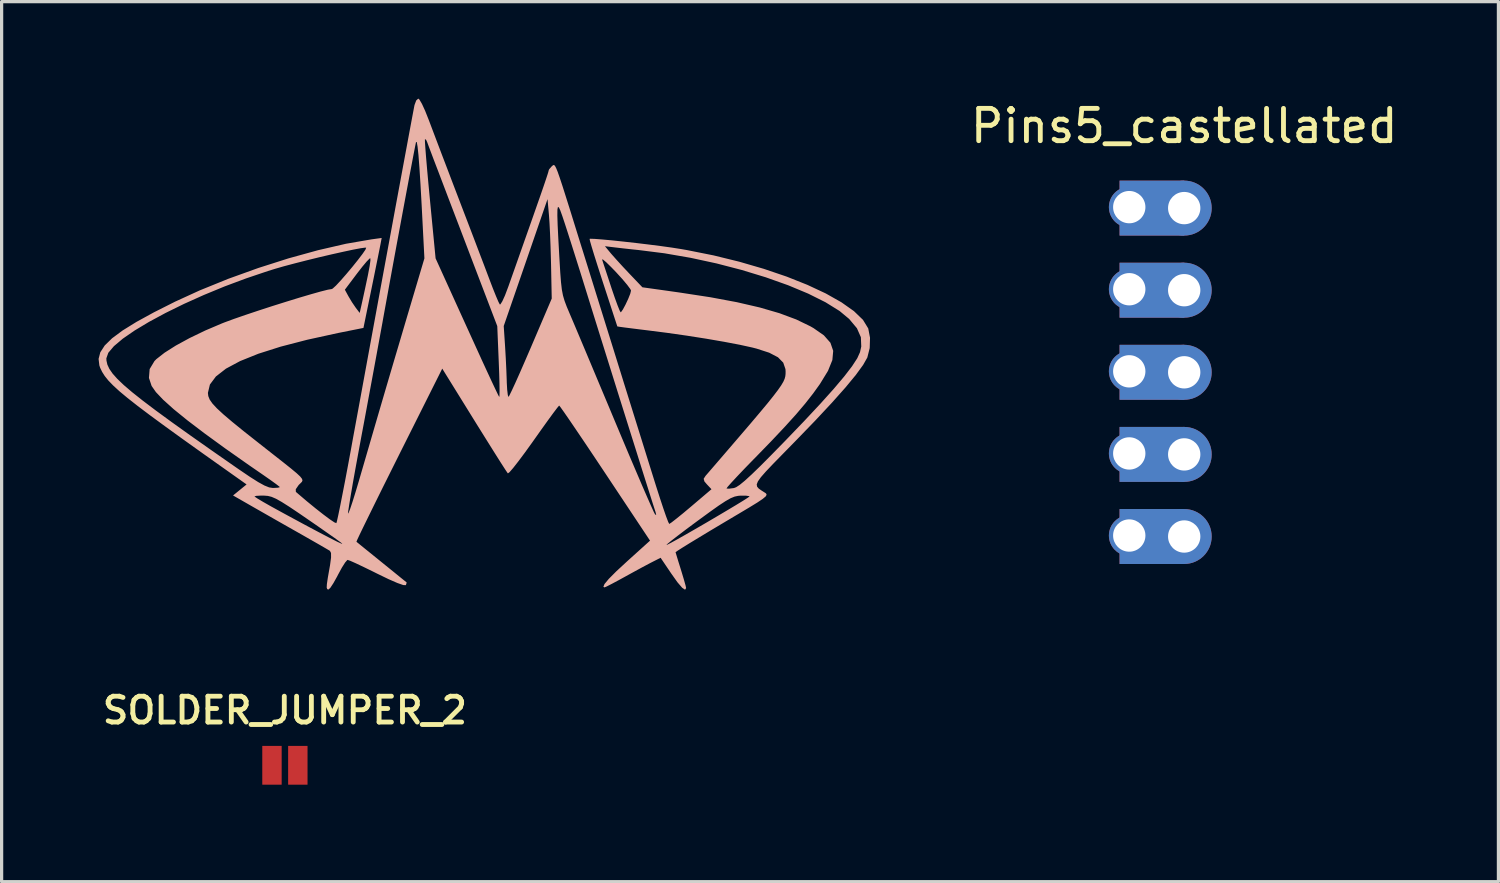
<source format=kicad_pcb>
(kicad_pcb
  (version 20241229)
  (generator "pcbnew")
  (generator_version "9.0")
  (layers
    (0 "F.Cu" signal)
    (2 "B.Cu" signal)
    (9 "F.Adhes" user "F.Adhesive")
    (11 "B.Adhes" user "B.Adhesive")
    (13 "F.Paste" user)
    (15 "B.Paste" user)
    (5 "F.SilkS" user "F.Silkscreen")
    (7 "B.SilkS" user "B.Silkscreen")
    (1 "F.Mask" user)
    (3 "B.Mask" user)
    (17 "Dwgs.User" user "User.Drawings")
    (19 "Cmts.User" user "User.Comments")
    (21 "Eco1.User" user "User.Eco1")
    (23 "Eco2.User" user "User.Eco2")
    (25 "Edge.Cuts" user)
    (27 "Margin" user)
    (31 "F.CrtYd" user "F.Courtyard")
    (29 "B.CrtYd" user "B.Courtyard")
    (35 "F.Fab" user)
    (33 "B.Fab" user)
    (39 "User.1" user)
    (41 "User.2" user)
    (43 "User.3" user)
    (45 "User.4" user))
  (footprint "megamind_logo"
    (layer "F.Cu")
    (at 11.998 0.501)
    (property "Reference" "megamind_logo" (at -5.08 2.54 0) (layer "User.9") (effects (font (size 1.524 1.524) (thickness 0.3))))
    (attr board_only exclude_from_pos_files exclude_from_bom)
    (fp_poly (pts (xy -2.171 -0.444) (xy -2.223 -0.305) (xy -2.227 -0.288) (xy -2.254 -0.147) (xy -2.303 0.112) (xy -2.372 0.482) (xy -2.459 0.952) (xy -2.563 1.512) (xy -2.682 2.154) (xy -2.814 2.867) (xy -2.957 3.643) (xy -3.11 4.471) (xy -3.271 5.342) (xy -3.437 6.247) (xy -3.608 7.176) (xy -3.781 8.12) (xy -3.955 9.069) (xy -4.129 10.013) (xy -4.184 10.318) (xy -4.282 10.847) (xy -4.374 11.335) (xy -4.458 11.766) (xy -4.529 12.127) (xy -4.586 12.402) (xy -4.625 12.576) (xy -4.642 12.634) (xy -4.704 12.609) (xy -4.846 12.514) (xy -5.048 12.363) (xy -5.291 12.172) (xy -5.555 11.956) (xy -5.822 11.729) (xy -5.895 11.666) (xy -5.898 11.585) (xy -5.81 11.457) (xy -5.8 11.446) (xy -5.747 11.395) (xy -5.707 11.354) (xy -5.69 11.313) (xy -5.705 11.262) (xy -5.762 11.19) (xy -5.871 11.088) (xy -6.043 10.945) (xy -6.286 10.751) (xy -6.611 10.496) (xy -7.027 10.169) (xy -7.056 10.146) (xy -7.508 9.789) (xy -7.865 9.499) (xy -8.138 9.267) (xy -8.338 9.082) (xy -8.476 8.933) (xy -8.561 8.811) (xy -8.604 8.704) (xy -8.616 8.604) (xy -8.554 8.345) (xy -8.368 8.096) (xy -8.057 7.854) (xy -7.62 7.62) (xy -7.056 7.393) (xy -6.364 7.173) (xy -5.543 6.96) (xy -4.593 6.752) (xy -4.548 6.743) (xy -3.804 6.594) (xy -3.563 5.42) (xy -3.483 5.029) (xy -3.41 4.668) (xy -3.377 4.505) (xy -3.588 4.505) (xy -3.612 4.679) (xy -3.666 4.964) (xy -3.751 5.365) (xy -3.848 5.81) (xy -3.92 6.13) (xy -4.039 5.974) (xy -4.158 5.8) (xy -4.269 5.614) (xy -4.379 5.412) (xy -4.001 4.909) (xy -3.836 4.697) (xy -3.701 4.536) (xy -3.613 4.447) (xy -3.591 4.437) (xy -3.588 4.505) (xy -3.377 4.505) (xy -3.348 4.362) (xy -3.303 4.138) (xy -3.298 4.112) (xy -3.719 4.112) (xy -3.743 4.174) (xy -3.836 4.309) (xy -3.978 4.495) (xy -4.15 4.709) (xy -4.333 4.927) (xy -4.507 5.126) (xy -4.654 5.284) (xy -4.755 5.376) (xy -4.783 5.391) (xy -4.903 5.411) (xy -5.126 5.467) (xy -5.431 5.553) (xy -5.797 5.661) (xy -6.203 5.786) (xy -6.629 5.92) (xy -7.053 6.058) (xy -7.454 6.192) (xy -7.812 6.316) (xy -8.105 6.424) (xy -8.186 6.456) (xy -8.7 6.675) (xy -9.181 6.907) (xy -9.607 7.139) (xy -9.957 7.361) (xy -10.21 7.559) (xy -10.269 7.619) (xy -10.418 7.867) (xy -10.44 8.141) (xy -10.357 8.39) (xy -10.225 8.579) (xy -9.999 8.817) (xy -9.674 9.109) (xy -9.248 9.455) (xy -8.718 9.858) (xy -8.082 10.321) (xy -7.337 10.845) (xy -6.897 11.148) (xy -6.678 11.301) (xy -6.506 11.425) (xy -6.406 11.503) (xy -6.39 11.52) (xy -6.447 11.537) (xy -6.588 11.545) (xy -6.61 11.545) (xy -6.721 11.528) (xy -6.866 11.47) (xy -7.061 11.363) (xy -7.323 11.197) (xy -7.669 10.962) (xy -7.74 10.913) (xy -8.508 10.378) (xy -9.174 9.909) (xy -9.745 9.501) (xy -10.228 9.148) (xy -10.63 8.844) (xy -10.958 8.584) (xy -11.218 8.362) (xy -11.418 8.171) (xy -11.565 8.006) (xy -11.665 7.861) (xy -11.726 7.73) (xy -11.754 7.607) (xy -11.758 7.535) (xy -11.697 7.363) (xy -11.523 7.158) (xy -11.248 6.926) (xy -10.881 6.673) (xy -10.436 6.406) (xy -9.924 6.13) (xy -9.356 5.851) (xy -8.744 5.576) (xy -8.099 5.31) (xy -7.432 5.061) (xy -6.756 4.833) (xy -6.537 4.765) (xy -6.259 4.685) (xy -5.924 4.596) (xy -5.551 4.501) (xy -5.164 4.406) (xy -4.783 4.317) (xy -4.43 4.238) (xy -4.126 4.173) (xy -3.892 4.129) (xy -3.751 4.11) (xy -3.719 4.112) (xy -3.298 4.112) (xy -3.281 4.028) (xy -3.24 3.811) (xy -3.555 3.854) (xy -4.343 3.99) (xy -5.21 4.19) (xy -6.126 4.443) (xy -7.06 4.741) (xy -7.984 5.074) (xy -8.867 5.432) (xy -9.63 5.781) (xy -10.287 6.112) (xy -10.827 6.408) (xy -11.255 6.673) (xy -11.58 6.914) (xy -11.808 7.137) (xy -11.945 7.348) (xy -11.998 7.552) (xy -11.974 7.756) (xy -11.948 7.831) (xy -11.888 7.955) (xy -11.807 8.083) (xy -11.696 8.221) (xy -11.547 8.375) (xy -11.352 8.554) (xy -11.102 8.762) (xy -10.789 9.008) (xy -10.406 9.297) (xy -9.944 9.636) (xy -9.396 10.032) (xy -8.752 10.492) (xy -8.329 10.792) (xy -7.42 11.436) (xy -7.629 11.607) (xy -7.838 11.777) (xy -7.196 12.145) (xy -6.882 12.324) (xy -6.502 12.541) (xy -6.104 12.767) (xy -5.735 12.976) (xy -5.735 12.976) (xy -5.437 13.146) (xy -5.176 13.295) (xy -4.976 13.411) (xy -4.859 13.48) (xy -4.842 13.491) (xy -4.807 13.556) (xy -4.806 13.698) (xy -4.838 13.937) (xy -4.855 14.032) (xy -4.907 14.328) (xy -4.935 14.519) (xy -4.941 14.627) (xy -4.925 14.675) (xy -4.89 14.687) (xy -4.885 14.687) (xy -4.827 14.633) (xy -4.732 14.488) (xy -4.617 14.282) (xy -4.59 14.229) (xy -4.473 14.013) (xy -4.371 13.852) (xy -4.303 13.774) (xy -4.293 13.771) (xy -4.214 13.798) (xy -4.041 13.875) (xy -3.796 13.991) (xy -3.503 14.134) (xy -3.381 14.195) (xy -3.028 14.366) (xy -2.755 14.485) (xy -2.573 14.549) (xy -2.493 14.552) (xy -2.491 14.551) (xy -2.467 14.475) (xy -2.472 14.464) (xy -2.528 14.419) (xy -2.668 14.306) (xy -2.872 14.14) (xy -3.123 13.937) (xy -3.248 13.836) (xy -3.513 13.621) (xy -3.741 13.437) (xy -3.911 13.299) (xy -3.949 13.268) (xy -4.459 13.268) (xy -4.482 13.269) (xy -4.616 13.208) (xy -4.858 13.085) (xy -5.206 12.903) (xy -5.655 12.664) (xy -6.202 12.368) (xy -6.373 12.275) (xy -6.662 12.116) (xy -6.905 11.978) (xy -7.081 11.873) (xy -7.169 11.814) (xy -7.175 11.807) (xy -7.117 11.789) (xy -6.969 11.781) (xy -6.878 11.782) (xy -6.762 11.791) (xy -6.646 11.82) (xy -6.509 11.879) (xy -6.333 11.978) (xy -6.099 12.126) (xy -5.789 12.334) (xy -5.552 12.497) (xy -5.227 12.721) (xy -4.937 12.924) (xy -4.7 13.09) (xy -4.535 13.209) (xy -4.459 13.267) (xy -4.459 13.268) (xy -3.949 13.268) (xy -4.007 13.221) (xy -4.021 13.21) (xy -3.997 13.15) (xy -3.92 12.985) (xy -3.795 12.727) (xy -3.628 12.386) (xy -3.426 11.975) (xy -3.194 11.506) (xy -2.936 10.989) (xy -2.704 10.524) (xy -1.366 7.853) (xy -1.125 8.242) (xy -0.68 8.96) (xy -0.302 9.57) (xy 0.012 10.073) (xy 0.262 10.472) (xy 0.451 10.771) (xy 0.58 10.971) (xy 0.651 11.077) (xy 0.665 11.094) (xy 0.715 11.057) (xy 0.828 10.927) (xy 0.99 10.72) (xy 1.191 10.451) (xy 1.418 10.136) (xy 1.466 10.068) (xy 1.697 9.742) (xy 1.902 9.456) (xy 2.07 9.226) (xy 2.19 9.068) (xy 2.248 8.998) (xy 2.251 8.996) (xy 2.294 9.049) (xy 2.4 9.198) (xy 2.563 9.434) (xy 2.773 9.743) (xy 3.024 10.114) (xy 3.307 10.536) (xy 3.613 10.995) (xy 3.673 11.085) (xy 5.062 13.175) (xy 4.361 13.808) (xy 4.022 14.121) (xy 3.787 14.357) (xy 3.653 14.518) (xy 3.619 14.604) (xy 3.654 14.622) (xy 3.723 14.592) (xy 3.881 14.511) (xy 4.1 14.394) (xy 4.264 14.304) (xy 4.546 14.149) (xy 4.818 14.001) (xy 5.038 13.884) (xy 5.113 13.845) (xy 5.389 13.705) (xy 5.721 14.196) (xy 5.913 14.466) (xy 6.057 14.633) (xy 6.146 14.694) (xy 6.178 14.644) (xy 6.178 14.638) (xy 6.16 14.557) (xy 6.111 14.383) (xy 6.041 14.15) (xy 6.015 14.065) (xy 5.94 13.825) (xy 5.884 13.641) (xy 5.854 13.541) (xy 5.852 13.532) (xy 5.906 13.493) (xy 6.057 13.396) (xy 6.291 13.251) (xy 6.593 13.068) (xy 6.947 12.854) (xy 7.338 12.621) (xy 7.752 12.375) (xy 7.778 12.36) (xy 8.13 12.15) (xy 8.383 11.995) (xy 8.548 11.884) (xy 8.639 11.808) (xy 8.64 11.807) (xy 8.14 11.807) (xy 8.086 11.848) (xy 7.937 11.943) (xy 7.714 12.079) (xy 7.435 12.246) (xy 7.121 12.432) (xy 6.791 12.626) (xy 6.465 12.815) (xy 6.162 12.989) (xy 5.902 13.136) (xy 5.704 13.245) (xy 5.589 13.304) (xy 5.569 13.311) (xy 5.602 13.275) (xy 5.726 13.173) (xy 5.926 13.018) (xy 6.187 12.82) (xy 6.494 12.592) (xy 6.547 12.553) (xy 6.911 12.287) (xy 7.188 12.09) (xy 7.397 11.953) (xy 7.555 11.863) (xy 7.68 11.812) (xy 7.789 11.789) (xy 7.862 11.783) (xy 8.032 11.784) (xy 8.13 11.798) (xy 8.14 11.807) (xy 8.64 11.807) (xy 8.669 11.756) (xy 8.652 11.717) (xy 8.629 11.699) (xy 8.514 11.626) (xy 8.427 11.566) (xy 8.375 11.506) (xy 8.363 11.435) (xy 8.4 11.341) (xy 8.492 11.212) (xy 8.646 11.036) (xy 8.869 10.801) (xy 9.168 10.495) (xy 9.55 10.105) (xy 9.558 10.097) (xy 10.174 9.46) (xy 10.691 8.906) (xy 11.11 8.435) (xy 11.431 8.046) (xy 11.655 7.738) (xy 11.784 7.511) (xy 11.786 7.504) (xy 11.858 7.218) (xy 11.86 7.169) (xy 11.597 7.169) (xy 11.558 7.345) (xy 11.474 7.531) (xy 11.312 7.78) (xy 11.07 8.095) (xy 10.744 8.481) (xy 10.33 8.942) (xy 9.825 9.482) (xy 9.228 10.103) (xy 8.809 10.531) (xy 8.47 10.872) (xy 8.201 11.132) (xy 7.993 11.322) (xy 7.838 11.449) (xy 7.726 11.522) (xy 7.657 11.548) (xy 7.508 11.567) (xy 7.428 11.563) (xy 7.427 11.563) (xy 7.462 11.512) (xy 7.576 11.383) (xy 7.755 11.19) (xy 7.987 10.946) (xy 8.258 10.667) (xy 8.314 10.611) (xy 8.814 10.096) (xy 9.23 9.655) (xy 9.576 9.273) (xy 9.864 8.933) (xy 10.108 8.622) (xy 10.322 8.324) (xy 10.324 8.32) (xy 10.568 7.922) (xy 10.703 7.588) (xy 10.729 7.303) (xy 10.643 7.053) (xy 10.441 6.824) (xy 10.122 6.601) (xy 10.021 6.543) (xy 9.585 6.332) (xy 9.067 6.139) (xy 8.459 5.962) (xy 7.75 5.798) (xy 6.93 5.645) (xy 5.99 5.501) (xy 5.977 5.499) (xy 5.547 5.438) (xy 4.474 5.438) (xy 4.45 5.537) (xy 4.387 5.695) (xy 4.305 5.87) (xy 4.224 6.021) (xy 4.165 6.105) (xy 4.153 6.111) (xy 4.12 6.052) (xy 4.056 5.892) (xy 3.97 5.656) (xy 3.871 5.366) (xy 3.863 5.341) (xy 3.763 5.037) (xy 3.676 4.773) (xy 3.611 4.577) (xy 3.579 4.476) (xy 3.578 4.475) (xy 3.606 4.478) (xy 3.706 4.562) (xy 3.86 4.713) (xy 4.009 4.867) (xy 4.203 5.08) (xy 4.357 5.263) (xy 4.453 5.393) (xy 4.474 5.438) (xy 5.547 5.438) (xy 4.826 5.337) (xy 4.43 4.922) (xy 4.222 4.701) (xy 4.026 4.486) (xy 3.876 4.317) (xy 3.85 4.287) (xy 3.667 4.066) (xy 3.99 4.105) (xy 4.248 4.135) (xy 4.548 4.168) (xy 4.706 4.184) (xy 5.507 4.285) (xy 6.317 4.425) (xy 7.121 4.599) (xy 7.902 4.802) (xy 8.646 5.029) (xy 9.335 5.274) (xy 9.956 5.533) (xy 10.491 5.8) (xy 10.926 6.07) (xy 11.222 6.316) (xy 11.463 6.604) (xy 11.585 6.881) (xy 11.597 7.169) (xy 11.86 7.169) (xy 11.868 6.897) (xy 11.814 6.614) (xy 11.81 6.605) (xy 11.65 6.344) (xy 11.37 6.074) (xy 10.983 5.801) (xy 10.5 5.528) (xy 9.931 5.262) (xy 9.288 5.006) (xy 8.582 4.766) (xy 7.825 4.546) (xy 7.027 4.35) (xy 6.201 4.185) (xy 6.016 4.153) (xy 5.737 4.109) (xy 5.399 4.062) (xy 5.023 4.014) (xy 4.632 3.967) (xy 4.247 3.924) (xy 3.891 3.886) (xy 3.587 3.858) (xy 3.355 3.84) (xy 3.218 3.835) (xy 3.192 3.84) (xy 3.205 3.905) (xy 3.254 4.076) (xy 3.333 4.335) (xy 3.437 4.664) (xy 3.559 5.043) (xy 3.609 5.198) (xy 3.738 5.592) (xy 3.852 5.941) (xy 3.945 6.227) (xy 4.012 6.431) (xy 4.046 6.536) (xy 4.049 6.547) (xy 4.111 6.558) (xy 4.28 6.581) (xy 4.532 6.613) (xy 4.845 6.652) (xy 4.968 6.667) (xy 5.581 6.745) (xy 6.199 6.833) (xy 6.798 6.927) (xy 7.353 7.023) (xy 7.838 7.115) (xy 8.229 7.201) (xy 8.361 7.235) (xy 8.75 7.361) (xy 9.02 7.502) (xy 9.183 7.668) (xy 9.252 7.869) (xy 9.256 7.941) (xy 9.255 8.018) (xy 9.247 8.091) (xy 9.226 8.169) (xy 9.185 8.261) (xy 9.118 8.374) (xy 9.018 8.517) (xy 8.879 8.699) (xy 8.695 8.929) (xy 8.458 9.213) (xy 8.163 9.562) (xy 7.802 9.983) (xy 7.37 10.486) (xy 6.86 11.078) (xy 6.781 11.169) (xy 6.721 11.261) (xy 6.745 11.344) (xy 6.822 11.434) (xy 6.963 11.584) (xy 6.331 12.121) (xy 6.089 12.324) (xy 5.883 12.491) (xy 5.733 12.608) (xy 5.66 12.657) (xy 5.657 12.658) (xy 5.625 12.598) (xy 5.562 12.432) (xy 5.544 12.381) (xy 5.253 12.381) (xy 5.218 12.363) (xy 5.18 12.291) (xy 5.098 12.11) (xy 4.976 11.833) (xy 4.819 11.472) (xy 4.634 11.039) (xy 4.424 10.547) (xy 4.197 10.008) (xy 3.99 9.515) (xy 3.742 8.922) (xy 3.5 8.346) (xy 3.272 7.802) (xy 3.064 7.306) (xy 2.882 6.874) (xy 2.733 6.52) (xy 2.623 6.261) (xy 2.573 6.144) (xy 2.484 5.933) (xy 2.418 5.757) (xy 2.397 5.686) (xy 2.021 5.686) (xy 1.371 7.208) (xy 1.192 7.622) (xy 1.03 7.993) (xy 0.89 8.306) (xy 0.78 8.543) (xy 0.708 8.689) (xy 0.682 8.73) (xy 0.662 8.67) (xy 0.649 8.556) (xy 0.407 8.556) (xy 0.404 8.698) (xy 0.397 8.73) (xy 0.361 8.663) (xy 0.28 8.495) (xy 0.162 8.245) (xy 0.016 7.93) (xy -0.15 7.57) (xy -0.188 7.486) (xy -0.393 7.036) (xy -0.614 6.551) (xy -0.832 6.072) (xy -1.029 5.638) (xy -1.156 5.358) (xy -1.572 4.442) (xy -1.918 4.442) (xy -2.482 6.34) (xy -2.67 6.976) (xy -2.841 7.552) (xy -3.001 8.094) (xy -3.158 8.628) (xy -3.32 9.181) (xy -3.494 9.777) (xy -3.688 10.444) (xy -3.91 11.206) (xy -3.948 11.337) (xy -4.051 11.682) (xy -4.142 11.973) (xy -4.215 12.191) (xy -4.264 12.317) (xy -4.281 12.339) (xy -4.275 12.262) (xy -4.246 12.071) (xy -4.198 11.781) (xy -4.134 11.407) (xy -4.055 10.966) (xy -3.964 10.47) (xy -3.876 9.994) (xy -3.761 9.382) (xy -3.642 8.738) (xy -3.522 8.092) (xy -3.408 7.474) (xy -3.305 6.912) (xy -3.218 6.438) (xy -3.189 6.275) (xy -3.096 5.764) (xy -2.996 5.215) (xy -2.891 4.642) (xy -2.784 4.06) (xy -2.677 3.484) (xy -2.574 2.929) (xy -2.477 2.409) (xy -2.389 1.939) (xy -2.312 1.535) (xy -2.25 1.209) (xy -2.205 0.978) (xy -2.18 0.856) (xy -2.176 0.841) (xy -2.154 0.847) (xy -2.13 0.982) (xy -2.102 1.246) (xy -2.072 1.638) (xy -2.039 2.156) (xy -2.003 2.799) (xy -1.996 2.936) (xy -1.918 4.442) (xy -1.572 4.442) (xy -1.572 4.442) (xy -1.749 2.609) (xy -1.794 2.134) (xy -1.833 1.703) (xy -1.865 1.332) (xy -1.888 1.039) (xy -1.901 0.841) (xy -1.902 0.753) (xy -1.901 0.75) (xy -1.863 0.78) (xy -1.832 0.848) (xy -1.811 0.905) (xy -1.772 1.011) (xy -1.71 1.174) (xy -1.624 1.402) (xy -1.509 1.702) (xy -1.364 2.083) (xy -1.186 2.551) (xy -0.971 3.114) (xy -0.716 3.781) (xy -0.42 4.558) (xy -0.252 4.998) (xy 0.336 6.537) (xy 0.382 7.649) (xy 0.396 8.011) (xy 0.404 8.32) (xy 0.407 8.556) (xy 0.649 8.556) (xy 0.643 8.51) (xy 0.63 8.282) (xy 0.629 8.222) (xy 0.617 7.903) (xy 0.599 7.528) (xy 0.578 7.17) (xy 0.575 7.125) (xy 0.536 6.535) (xy 1.214 4.572) (xy 1.891 2.609) (xy 1.935 3.1) (xy 1.952 3.343) (xy 1.969 3.679) (xy 1.984 4.07) (xy 1.996 4.479) (xy 2 4.638) (xy 2.021 5.686) (xy 2.397 5.686) (xy 2.369 5.591) (xy 2.334 5.408) (xy 2.308 5.182) (xy 2.285 4.886) (xy 2.262 4.495) (xy 2.253 4.344) (xy 2.224 3.815) (xy 2.204 3.409) (xy 2.195 3.119) (xy 2.197 2.936) (xy 2.212 2.854) (xy 2.241 2.864) (xy 2.286 2.959) (xy 2.348 3.131) (xy 2.425 3.362) (xy 2.516 3.643) (xy 2.635 4.016) (xy 2.772 4.449) (xy 2.917 4.909) (xy 3.058 5.362) (xy 3.067 5.391) (xy 3.199 5.816) (xy 3.351 6.304) (xy 3.519 6.842) (xy 3.699 7.417) (xy 3.886 8.015) (xy 4.076 8.623) (xy 4.266 9.227) (xy 4.45 9.814) (xy 4.625 10.369) (xy 4.785 10.881) (xy 4.928 11.334) (xy 5.049 11.716) (xy 5.143 12.013) (xy 5.207 12.212) (xy 5.235 12.298) (xy 5.253 12.381) (xy 5.544 12.381) (xy 5.474 12.179) (xy 5.368 11.858) (xy 5.249 11.487) (xy 5.231 11.43) (xy 5.035 10.803) (xy 4.805 10.065) (xy 4.545 9.231) (xy 4.26 8.317) (xy 3.955 7.335) (xy 3.633 6.302) (xy 3.3 5.232) (xy 2.96 4.14) (xy 2.948 4.104) (xy 2.749 3.464) (xy 2.586 2.939) (xy 2.453 2.517) (xy 2.348 2.187) (xy 2.266 1.94) (xy 2.204 1.763) (xy 2.157 1.648) (xy 2.122 1.582) (xy 2.094 1.555) (xy 2.069 1.556) (xy 2.044 1.575) (xy 2.021 1.595) (xy 1.94 1.688) (xy 1.924 1.731) (xy 1.916 1.768) (xy 1.889 1.854) (xy 1.842 1.997) (xy 1.771 2.207) (xy 1.673 2.491) (xy 1.545 2.856) (xy 1.385 3.313) (xy 1.189 3.867) (xy 0.956 4.529) (xy 0.682 5.305) (xy 0.667 5.345) (xy 0.575 5.588) (xy 0.493 5.769) (xy 0.434 5.863) (xy 0.415 5.869) (xy 0.373 5.789) (xy 0.298 5.614) (xy 0.202 5.375) (xy 0.133 5.195) (xy 0.049 4.973) (xy -0.073 4.65) (xy -0.226 4.249) (xy -0.4 3.791) (xy -0.588 3.299) (xy -0.782 2.793) (xy -0.827 2.674) (xy -1.021 2.168) (xy -1.211 1.668) (xy -1.391 1.197) (xy -1.55 0.777) (xy -1.681 0.431) (xy -1.776 0.179) (xy -1.792 0.138) (xy -1.897 -0.126) (xy -1.994 -0.337) (xy -2.071 -0.469) (xy -2.107 -0.501)) (stroke (width 0) (type solid)) (fill yes) (layer "B.SilkS")))
  (footprint "SOLDER_JUMPER_2"
    (layer "F.Cu")
    (at 5.764 20.626)
    (property "Reference" "SOLDER_JUMPER_2" (at 0 -1.7 0) (layer "F.SilkS") (effects (font (size 0.8 0.8) (thickness 0.15))))
    (attr exclude_from_pos_files exclude_from_bom)
    (pad "1" smd rect (at -0.4 0) (size 0.6 1.2) (layers "F.Cu" "F.Mask"))
    (pad "2" smd rect (at 0.4 0) (size 0.6 1.2) (layers "F.Cu" "F.Mask")))
  (footprint "Pins5_castellated"
    (layer "F.Cu")
    (at 33.586 3.388)
    (property "Reference" "Pins5_castellated" (at 0 -2.54 0) (layer "F.SilkS") (effects (font (size 1 1) (thickness 0.15))))
    (attr through_hole exclude_from_pos_files exclude_from_bom)
    (pad "1" thru_hole circle (at -1.7 -0.03) (size 1.26 1.26) (drill 1) (layers "*.Cu" "*.Mask"))
    (pad "1" thru_hole circle (at 0 0) (size 1.7 1.7) (drill 1) (layers "*.Cu" "*.Mask"))
    (pad "1" smd rect (at 0 0) (size 2 1.7) (drill (offset -1 0)) (layers "F.Cu" "F.Mask"))
    (pad "1" smd rect (at 0 0) (size 2 1.7) (drill (offset -1 0)) (layers "B.Cu" "B.Mask"))
    (pad "2" thru_hole circle (at -1.7 2.51) (size 1.26 1.26) (drill 1) (layers "*.Cu" "*.Mask"))
    (pad "2" thru_hole circle (at 0 2.54) (size 1.7 1.7) (drill 1) (layers "*.Cu" "*.Mask"))
    (pad "2" smd rect (at 0 2.54) (size 2 1.7) (drill (offset -1 0)) (layers "F.Cu" "F.Mask"))
    (pad "2" smd rect (at 0 2.54) (size 2 1.7) (drill (offset -1 0)) (layers "B.Cu" "B.Mask"))
    (pad "3" thru_hole circle (at -1.7 5.05) (size 1.26 1.26) (drill 1) (layers "*.Cu" "*.Mask"))
    (pad "3" thru_hole circle (at 0 5.08) (size 1.7 1.7) (drill 1) (layers "*.Cu" "*.Mask"))
    (pad "3" smd rect (at 0 5.08) (size 2 1.7) (drill (offset -1 0)) (layers "F.Cu" "F.Mask"))
    (pad "3" smd rect (at 0 5.08) (size 2 1.7) (drill (offset -1 0)) (layers "B.Cu" "B.Mask"))
    (pad "4" thru_hole circle (at -1.7 7.59) (size 1.26 1.26) (drill 1) (layers "*.Cu" "*.Mask"))
    (pad "4" thru_hole circle (at 0 7.62) (size 1.7 1.7) (drill 1) (layers "*.Cu" "*.Mask"))
    (pad "4" smd rect (at 0 7.62) (size 2 1.7) (drill (offset -1 0)) (layers "F.Cu" "F.Mask"))
    (pad "4" smd rect (at 0 7.62) (size 2 1.7) (drill (offset -1 0)) (layers "B.Cu" "B.Mask"))
    (pad "5" thru_hole circle (at -1.7 10.13) (size 1.26 1.26) (drill 1) (layers "*.Cu" "*.Mask"))
    (pad "5" thru_hole circle (at 0 10.16) (size 1.7 1.7) (drill 1) (layers "*.Cu" "*.Mask"))
    (pad "5" smd rect (at 0 10.16) (size 2 1.7) (drill (offset -1 0)) (layers "F.Cu" "F.Mask"))
    (pad "5" smd rect (at 0 10.16) (size 2 1.7) (drill (offset -1 0)) (layers "B.Cu" "B.Mask")))
  (gr_rect
    (start -3 -3)
    (end 43.307 24.226)
    (stroke (width 0.1) (type default))
    (fill no)
    (layer "Edge.Cuts")))
</source>
